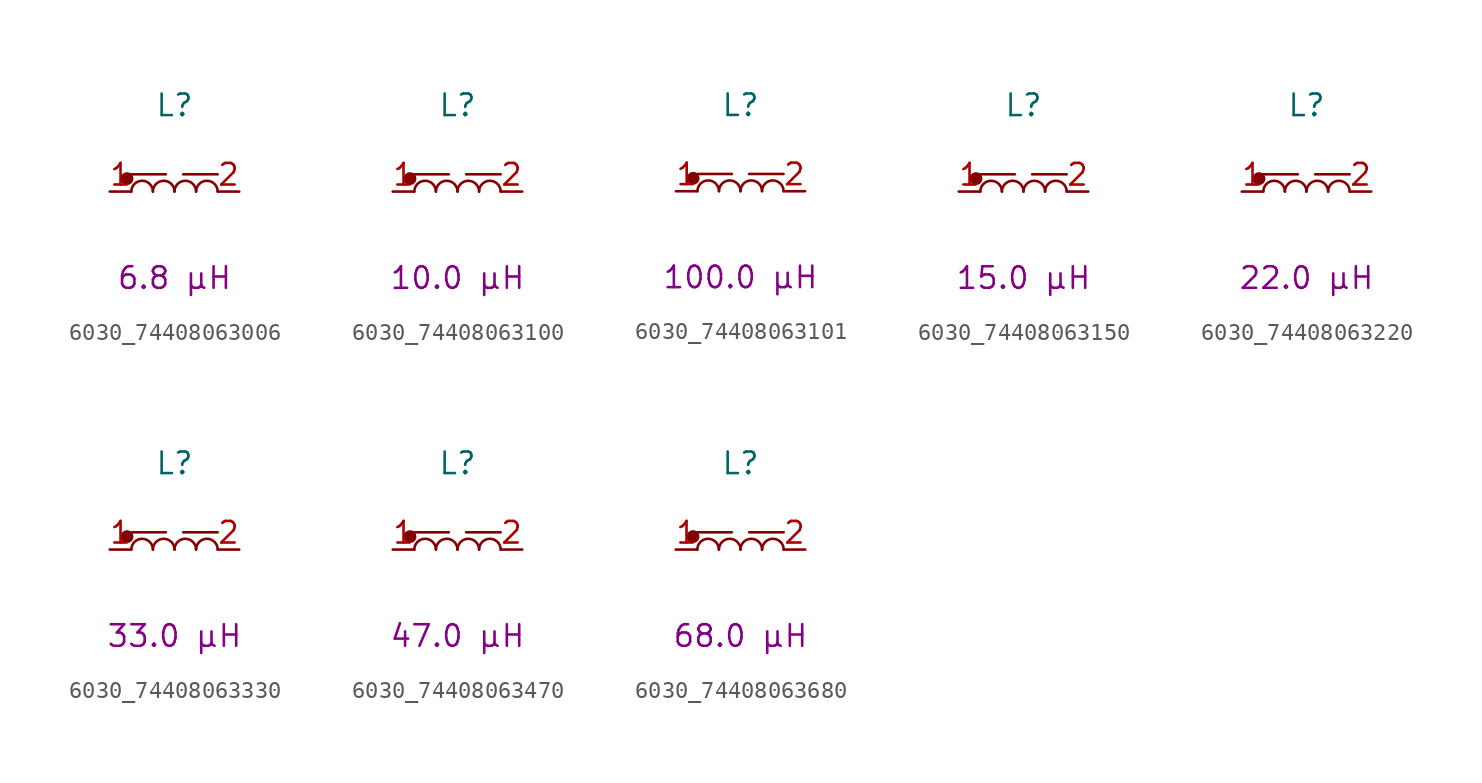
<source format=kicad_sym>
(kicad_symbol_lib
  (version 20220914)
  (generator kicad_symbol_editor)
  (symbol "6030_74408063006"
    (pin_names hide)
    (property "Reference" "L"
      (at 0 5.08 0)
      (effects (font (size 1.27 1.27))))
    (property "Critical Parameter" "6.8 µH"
      (at 0 -5.08 0)
      (effects (font (size 1.27 1.27))))
    (symbol "6030_74408063006_0_1"
      (arc (start -1.27 0) (mid -1.905 0.6323) (end -2.54 0) (stroke (width 0) (type default)) (fill (type none)))
      (arc (start 0 0) (mid -0.635 0.6323) (end -1.27 0) (stroke (width 0) (type default)) (fill (type none)))
      (polyline (pts (xy -2.54 1.016) (xy -0.508 1.016)) (stroke (width 0) (type default)) (fill (type none)))
      (arc (start 1.27 0) (mid 0.635 0.6323) (end 0 0) (stroke (width 0) (type default)) (fill (type none)))
      (arc (start 2.54 0) (mid 1.905 0.6323) (end 1.27 0) (stroke (width 0) (type default)) (fill (type none))))
    (symbol "6030_74408063006_1_1"
      (circle (center -2.794 0.762) (radius 0.0001) (stroke (width 0.381) (type default)) (fill (type none)))
      (polyline (pts (xy 2.54 1.016) (xy 0.508 1.016)) (stroke (width 0) (type default)) (fill (type none)))
      (pin passive line (at -3.81 0 0) (length 1.27) (name "1" (effects (font (size 1.27 1.27)))) (number "1" (effects (font (size 1.27 1.27)))))
      (pin passive line (at 3.81 0 180) (length 1.27) (name "2" (effects (font (size 1.27 1.27)))) (number "2" (effects (font (size 1.27 1.27)))))))
  (symbol "6030_74408063100"
    (pin_names hide)
    (property "Reference" "L"
      (at 0 5.08 0)
      (effects (font (size 1.27 1.27))))
    (property "Critical Parameter" "10.0 µH"
      (at 0 -5.08 0)
      (effects (font (size 1.27 1.27))))
    (symbol "6030_74408063100_0_1"
      (arc (start -1.27 0) (mid -1.905 0.6323) (end -2.54 0) (stroke (width 0) (type default)) (fill (type none)))
      (arc (start 0 0) (mid -0.635 0.6323) (end -1.27 0) (stroke (width 0) (type default)) (fill (type none)))
      (polyline (pts (xy -2.54 1.016) (xy -0.508 1.016)) (stroke (width 0) (type default)) (fill (type none)))
      (arc (start 1.27 0) (mid 0.635 0.6323) (end 0 0) (stroke (width 0) (type default)) (fill (type none)))
      (arc (start 2.54 0) (mid 1.905 0.6323) (end 1.27 0) (stroke (width 0) (type default)) (fill (type none))))
    (symbol "6030_74408063100_1_1"
      (circle (center -2.794 0.762) (radius 0.0001) (stroke (width 0.381) (type default)) (fill (type none)))
      (polyline (pts (xy 2.54 1.016) (xy 0.508 1.016)) (stroke (width 0) (type default)) (fill (type none)))
      (pin passive line (at -3.81 0 0) (length 1.27) (name "1" (effects (font (size 1.27 1.27)))) (number "1" (effects (font (size 1.27 1.27)))))
      (pin passive line (at 3.81 0 180) (length 1.27) (name "2" (effects (font (size 1.27 1.27)))) (number "2" (effects (font (size 1.27 1.27)))))))
  (symbol "6030_74408063101"
    (pin_names hide)
    (property "Reference" "L"
      (at 0 5.08 0)
      (effects (font (size 1.27 1.27))))
    (property "Critical Parameter" "100.0 µH"
      (at 0 -5.08 0)
      (effects (font (size 1.27 1.27))))
    (symbol "6030_74408063101_0_1"
      (arc (start -1.27 0) (mid -1.905 0.6323) (end -2.54 0) (stroke (width 0) (type default)) (fill (type none)))
      (arc (start 0 0) (mid -0.635 0.6323) (end -1.27 0) (stroke (width 0) (type default)) (fill (type none)))
      (polyline (pts (xy -2.54 1.016) (xy -0.508 1.016)) (stroke (width 0) (type default)) (fill (type none)))
      (arc (start 1.27 0) (mid 0.635 0.6323) (end 0 0) (stroke (width 0) (type default)) (fill (type none)))
      (arc (start 2.54 0) (mid 1.905 0.6323) (end 1.27 0) (stroke (width 0) (type default)) (fill (type none))))
    (symbol "6030_74408063101_1_1"
      (circle (center -2.794 0.762) (radius 0.0001) (stroke (width 0.381) (type default)) (fill (type none)))
      (polyline (pts (xy 2.54 1.016) (xy 0.508 1.016)) (stroke (width 0) (type default)) (fill (type none)))
      (pin passive line (at -3.81 0 0) (length 1.27) (name "1" (effects (font (size 1.27 1.27)))) (number "1" (effects (font (size 1.27 1.27)))))
      (pin passive line (at 3.81 0 180) (length 1.27) (name "2" (effects (font (size 1.27 1.27)))) (number "2" (effects (font (size 1.27 1.27)))))))
  (symbol "6030_74408063150"
    (pin_names hide)
    (property "Reference" "L"
      (at 0 5.08 0)
      (effects (font (size 1.27 1.27))))
    (property "Critical Parameter" "15.0 µH"
      (at 0 -5.08 0)
      (effects (font (size 1.27 1.27))))
    (symbol "6030_74408063150_0_1"
      (arc (start -1.27 0) (mid -1.905 0.6323) (end -2.54 0) (stroke (width 0) (type default)) (fill (type none)))
      (arc (start 0 0) (mid -0.635 0.6323) (end -1.27 0) (stroke (width 0) (type default)) (fill (type none)))
      (polyline (pts (xy -2.54 1.016) (xy -0.508 1.016)) (stroke (width 0) (type default)) (fill (type none)))
      (arc (start 1.27 0) (mid 0.635 0.6323) (end 0 0) (stroke (width 0) (type default)) (fill (type none)))
      (arc (start 2.54 0) (mid 1.905 0.6323) (end 1.27 0) (stroke (width 0) (type default)) (fill (type none))))
    (symbol "6030_74408063150_1_1"
      (circle (center -2.794 0.762) (radius 0.0001) (stroke (width 0.381) (type default)) (fill (type none)))
      (polyline (pts (xy 2.54 1.016) (xy 0.508 1.016)) (stroke (width 0) (type default)) (fill (type none)))
      (pin passive line (at -3.81 0 0) (length 1.27) (name "1" (effects (font (size 1.27 1.27)))) (number "1" (effects (font (size 1.27 1.27)))))
      (pin passive line (at 3.81 0 180) (length 1.27) (name "2" (effects (font (size 1.27 1.27)))) (number "2" (effects (font (size 1.27 1.27)))))))
  (symbol "6030_74408063220"
    (pin_names hide)
    (property "Reference" "L"
      (at 0 5.08 0)
      (effects (font (size 1.27 1.27))))
    (property "Critical Parameter" "22.0 µH"
      (at 0 -5.08 0)
      (effects (font (size 1.27 1.27))))
    (symbol "6030_74408063220_0_1"
      (arc (start -1.27 0) (mid -1.905 0.6323) (end -2.54 0) (stroke (width 0) (type default)) (fill (type none)))
      (arc (start 0 0) (mid -0.635 0.6323) (end -1.27 0) (stroke (width 0) (type default)) (fill (type none)))
      (polyline (pts (xy -2.54 1.016) (xy -0.508 1.016)) (stroke (width 0) (type default)) (fill (type none)))
      (arc (start 1.27 0) (mid 0.635 0.6323) (end 0 0) (stroke (width 0) (type default)) (fill (type none)))
      (arc (start 2.54 0) (mid 1.905 0.6323) (end 1.27 0) (stroke (width 0) (type default)) (fill (type none))))
    (symbol "6030_74408063220_1_1"
      (circle (center -2.794 0.762) (radius 0.0001) (stroke (width 0.381) (type default)) (fill (type none)))
      (polyline (pts (xy 2.54 1.016) (xy 0.508 1.016)) (stroke (width 0) (type default)) (fill (type none)))
      (pin passive line (at -3.81 0 0) (length 1.27) (name "1" (effects (font (size 1.27 1.27)))) (number "1" (effects (font (size 1.27 1.27)))))
      (pin passive line (at 3.81 0 180) (length 1.27) (name "2" (effects (font (size 1.27 1.27)))) (number "2" (effects (font (size 1.27 1.27)))))))
  (symbol "6030_74408063330"
    (pin_names hide)
    (property "Reference" "L"
      (at 0 5.08 0)
      (effects (font (size 1.27 1.27))))
    (property "Critical Parameter" "33.0 µH"
      (at 0 -5.08 0)
      (effects (font (size 1.27 1.27))))
    (symbol "6030_74408063330_0_1"
      (arc (start -1.27 0) (mid -1.905 0.6323) (end -2.54 0) (stroke (width 0) (type default)) (fill (type none)))
      (arc (start 0 0) (mid -0.635 0.6323) (end -1.27 0) (stroke (width 0) (type default)) (fill (type none)))
      (polyline (pts (xy -2.54 1.016) (xy -0.508 1.016)) (stroke (width 0) (type default)) (fill (type none)))
      (arc (start 1.27 0) (mid 0.635 0.6323) (end 0 0) (stroke (width 0) (type default)) (fill (type none)))
      (arc (start 2.54 0) (mid 1.905 0.6323) (end 1.27 0) (stroke (width 0) (type default)) (fill (type none))))
    (symbol "6030_74408063330_1_1"
      (circle (center -2.794 0.762) (radius 0.0001) (stroke (width 0.381) (type default)) (fill (type none)))
      (polyline (pts (xy 2.54 1.016) (xy 0.508 1.016)) (stroke (width 0) (type default)) (fill (type none)))
      (pin passive line (at -3.81 0 0) (length 1.27) (name "1" (effects (font (size 1.27 1.27)))) (number "1" (effects (font (size 1.27 1.27)))))
      (pin passive line (at 3.81 0 180) (length 1.27) (name "2" (effects (font (size 1.27 1.27)))) (number "2" (effects (font (size 1.27 1.27)))))))
  (symbol "6030_74408063470"
    (pin_names hide)
    (property "Reference" "L"
      (at 0 5.08 0)
      (effects (font (size 1.27 1.27))))
    (property "Critical Parameter" "47.0 µH"
      (at 0 -5.08 0)
      (effects (font (size 1.27 1.27))))
    (symbol "6030_74408063470_0_1"
      (arc (start -1.27 0) (mid -1.905 0.6323) (end -2.54 0) (stroke (width 0) (type default)) (fill (type none)))
      (arc (start 0 0) (mid -0.635 0.6323) (end -1.27 0) (stroke (width 0) (type default)) (fill (type none)))
      (polyline (pts (xy -2.54 1.016) (xy -0.508 1.016)) (stroke (width 0) (type default)) (fill (type none)))
      (arc (start 1.27 0) (mid 0.635 0.6323) (end 0 0) (stroke (width 0) (type default)) (fill (type none)))
      (arc (start 2.54 0) (mid 1.905 0.6323) (end 1.27 0) (stroke (width 0) (type default)) (fill (type none))))
    (symbol "6030_74408063470_1_1"
      (circle (center -2.794 0.762) (radius 0.0001) (stroke (width 0.381) (type default)) (fill (type none)))
      (polyline (pts (xy 2.54 1.016) (xy 0.508 1.016)) (stroke (width 0) (type default)) (fill (type none)))
      (pin passive line (at -3.81 0 0) (length 1.27) (name "1" (effects (font (size 1.27 1.27)))) (number "1" (effects (font (size 1.27 1.27)))))
      (pin passive line (at 3.81 0 180) (length 1.27) (name "2" (effects (font (size 1.27 1.27)))) (number "2" (effects (font (size 1.27 1.27)))))))
  (symbol "6030_74408063680"
    (pin_names hide)
    (property "Reference" "L"
      (at 0 5.08 0)
      (effects (font (size 1.27 1.27))))
    (property "Critical Parameter" "68.0 µH"
      (at 0 -5.08 0)
      (effects (font (size 1.27 1.27))))
    (symbol "6030_74408063680_0_1"
      (arc (start -1.27 0) (mid -1.905 0.6323) (end -2.54 0) (stroke (width 0) (type default)) (fill (type none)))
      (arc (start 0 0) (mid -0.635 0.6323) (end -1.27 0) (stroke (width 0) (type default)) (fill (type none)))
      (polyline (pts (xy -2.54 1.016) (xy -0.508 1.016)) (stroke (width 0) (type default)) (fill (type none)))
      (arc (start 1.27 0) (mid 0.635 0.6323) (end 0 0) (stroke (width 0) (type default)) (fill (type none)))
      (arc (start 2.54 0) (mid 1.905 0.6323) (end 1.27 0) (stroke (width 0) (type default)) (fill (type none))))
    (symbol "6030_74408063680_1_1"
      (circle (center -2.794 0.762) (radius 0.0001) (stroke (width 0.381) (type default)) (fill (type none)))
      (polyline (pts (xy 2.54 1.016) (xy 0.508 1.016)) (stroke (width 0) (type default)) (fill (type none)))
      (pin passive line (at -3.81 0 0) (length 1.27) (name "1" (effects (font (size 1.27 1.27)))) (number "1" (effects (font (size 1.27 1.27)))))
      (pin passive line (at 3.81 0 180) (length 1.27) (name "2" (effects (font (size 1.27 1.27)))) (number "2" (effects (font (size 1.27 1.27))))))))
</source>
